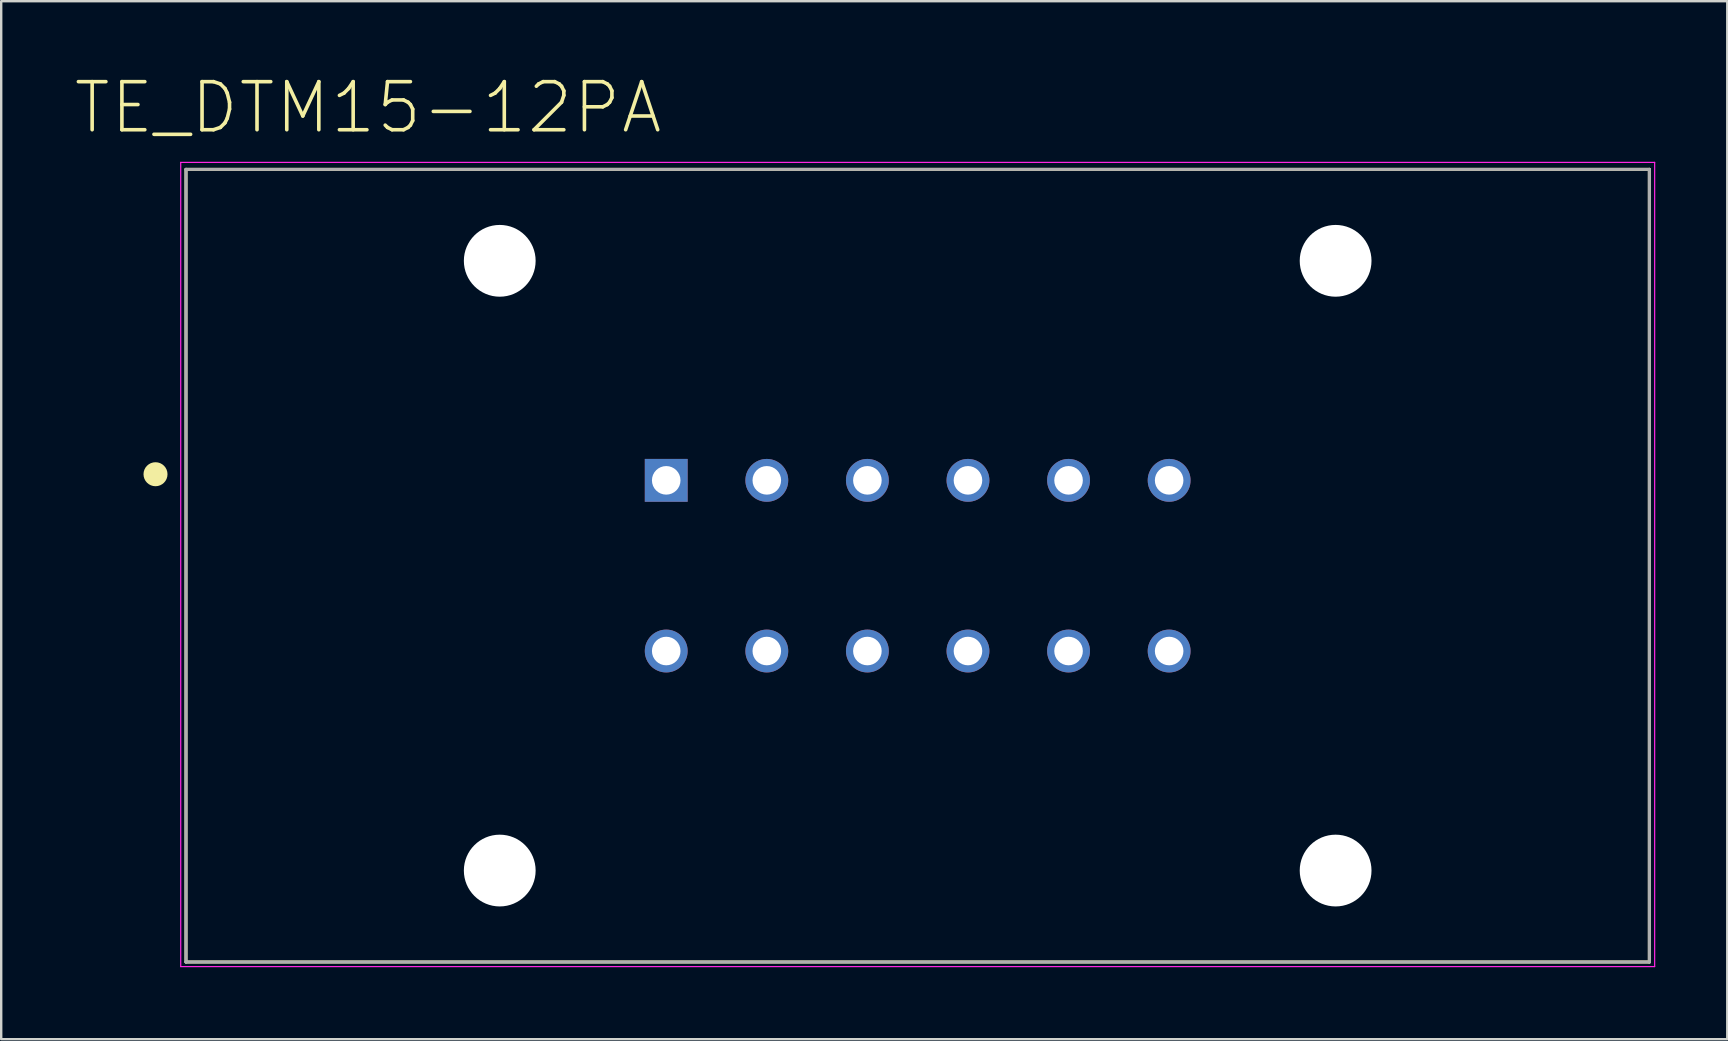
<source format=kicad_pcb>
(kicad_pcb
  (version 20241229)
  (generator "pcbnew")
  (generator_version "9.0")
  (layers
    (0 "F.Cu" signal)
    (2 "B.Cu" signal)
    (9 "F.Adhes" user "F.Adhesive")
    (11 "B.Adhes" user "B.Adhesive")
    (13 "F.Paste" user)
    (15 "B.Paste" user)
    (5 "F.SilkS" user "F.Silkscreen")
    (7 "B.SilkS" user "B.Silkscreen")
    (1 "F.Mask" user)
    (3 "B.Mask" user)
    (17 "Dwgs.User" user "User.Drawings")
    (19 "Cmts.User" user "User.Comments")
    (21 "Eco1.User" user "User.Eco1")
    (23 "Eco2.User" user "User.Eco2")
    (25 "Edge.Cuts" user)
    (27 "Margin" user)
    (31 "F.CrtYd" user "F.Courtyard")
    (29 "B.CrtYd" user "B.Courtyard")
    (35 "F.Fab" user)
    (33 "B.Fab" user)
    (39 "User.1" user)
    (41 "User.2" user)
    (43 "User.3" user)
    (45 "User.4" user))
  (footprint "TE_DTM15-12PA"
    (layer "F.Cu")
    (at 35.178 20.515)
    (property "Reference" "TE_DTM15-12PA" (at -22.896 -19.08 0) (layer "F.SilkS") (effects (font (size 2.003 2.003) (thickness 0.15))))
    (attr through_hole)
    (fp_line (start -30.48 -16.51) (end 30.48 -16.51) (stroke (width 0.127) (type solid)) (layer "F.SilkS"))
    (fp_line (start -30.48 16.51) (end -30.48 -16.51) (stroke (width 0.127) (type solid)) (layer "F.SilkS"))
    (fp_line (start 30.48 -16.51) (end 30.48 16.51) (stroke (width 0.127) (type solid)) (layer "F.SilkS"))
    (fp_line (start 30.48 16.51) (end -30.48 16.51) (stroke (width 0.127) (type solid)) (layer "F.SilkS"))
    (fp_circle (center -31.75 -3.81) (end -31.5 -3.81) (stroke (width 0.5) (type solid)) (fill no) (layer "F.SilkS"))
    (fp_line (start -30.7 -16.8) (end 30.7 -16.8) (stroke (width 0.05) (type solid)) (layer "F.CrtYd"))
    (fp_line (start -30.7 16.7) (end -30.7 -16.8) (stroke (width 0.05) (type solid)) (layer "F.CrtYd"))
    (fp_line (start 30.7 -16.8) (end 30.7 16.7) (stroke (width 0.05) (type solid)) (layer "F.CrtYd"))
    (fp_line (start 30.7 16.7) (end -30.7 16.7) (stroke (width 0.05) (type solid)) (layer "F.CrtYd"))
    (fp_line (start -30.48 -16.51) (end 30.48 -16.51) (stroke (width 0.127) (type solid)) (layer "F.Fab"))
    (fp_line (start -30.48 16.51) (end -30.48 -16.51) (stroke (width 0.127) (type solid)) (layer "F.Fab"))
    (fp_line (start 30.48 -16.51) (end 30.48 16.51) (stroke (width 0.127) (type solid)) (layer "F.Fab"))
    (fp_line (start 30.48 16.51) (end -30.48 16.51) (stroke (width 0.127) (type solid)) (layer "F.Fab"))
    (pad "" np_thru_hole circle (at -17.41 -12.7) (size 2.99 2.99) (drill 2.99) (layers "*.Cu" "*.Mask"))
    (pad "" np_thru_hole circle (at -17.41 12.7) (size 2.99 2.99) (drill 2.99) (layers "*.Cu" "*.Mask"))
    (pad "" np_thru_hole circle (at 17.41 -12.7) (size 2.99 2.99) (drill 2.99) (layers "*.Cu" "*.Mask"))
    (pad "" np_thru_hole circle (at 17.41 12.7) (size 2.99 2.99) (drill 2.99) (layers "*.Cu" "*.Mask"))
    (pad "1" thru_hole rect (at -10.475 -3.555) (size 1.785 1.785) (drill 1.19) (layers "*.Cu" "*.Mask"))
    (pad "2" thru_hole circle (at -6.285 -3.555) (size 1.785 1.785) (drill 1.19) (layers "*.Cu" "*.Mask"))
    (pad "3" thru_hole circle (at -2.095 -3.555) (size 1.785 1.785) (drill 1.19) (layers "*.Cu" "*.Mask"))
    (pad "4" thru_hole circle (at 2.095 -3.555) (size 1.785 1.785) (drill 1.19) (layers "*.Cu" "*.Mask"))
    (pad "5" thru_hole circle (at 6.285 -3.555) (size 1.785 1.785) (drill 1.19) (layers "*.Cu" "*.Mask"))
    (pad "6" thru_hole circle (at 10.475 -3.555) (size 1.785 1.785) (drill 1.19) (layers "*.Cu" "*.Mask"))
    (pad "7" thru_hole circle (at 10.475 3.555) (size 1.785 1.785) (drill 1.19) (layers "*.Cu" "*.Mask"))
    (pad "8" thru_hole circle (at 6.285 3.555) (size 1.785 1.785) (drill 1.19) (layers "*.Cu" "*.Mask"))
    (pad "9" thru_hole circle (at 2.095 3.555) (size 1.785 1.785) (drill 1.19) (layers "*.Cu" "*.Mask"))
    (pad "10" thru_hole circle (at -2.095 3.555) (size 1.785 1.785) (drill 1.19) (layers "*.Cu" "*.Mask"))
    (pad "11" thru_hole circle (at -6.285 3.555) (size 1.785 1.785) (drill 1.19) (layers "*.Cu" "*.Mask"))
    (pad "12" thru_hole circle (at -10.475 3.555) (size 1.785 1.785) (drill 1.19) (layers "*.Cu" "*.Mask")))
  (gr_rect
    (start -3 -3)
    (end 68.903 40.24)
    (stroke (width 0.1) (type default))
    (fill no)
    (layer "Edge.Cuts")))
</source>
